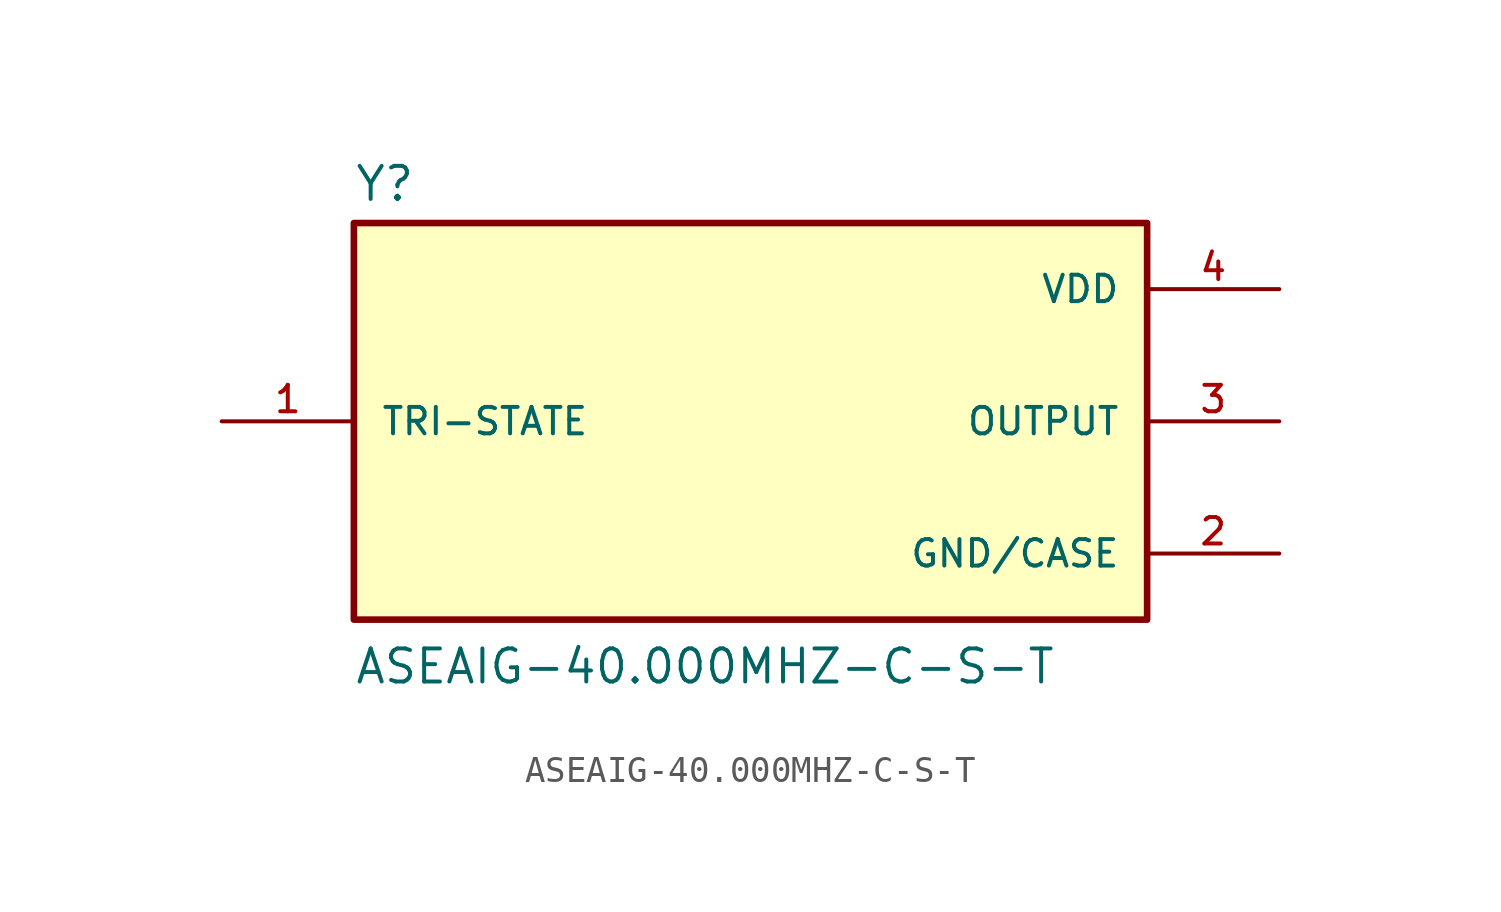
<source format=kicad_sym>
(kicad_symbol_lib
  (version 20211014)
  (generator kicad_symbol_editor)
  (symbol "ASEAIG-40.000MHZ-C-S-T"
    (pin_names
      (offset 1.016))
    (property "Reference" "Y"
      (at -15.24 8.382 0)
      (effects (font (size 1.27 1.27)) (justify bottom left)))
    (property "Value" "ASEAIG-40.000MHZ-C-S-T"
      (at -15.24 -10.16 0)
      (effects (font (size 1.27 1.27)) (justify bottom left)))
    (symbol "ASEAIG-40.000MHZ-C-S-T_0_0"
      (rectangle (start -15.24 -7.62) (end 15.24 7.62) (stroke (width 0.254)) (fill (type background)))
      (pin power_in line (at 20.32 5.08 180.0) (length 5.08) (name "VDD" (effects (font (size 1.016 1.016)))) (number "4" (effects (font (size 1.016 1.016)))))
      (pin passive line (at -20.32 0.0 0) (length 5.08) (name "TRI-STATE" (effects (font (size 1.016 1.016)))) (number "1" (effects (font (size 1.016 1.016)))))
      (pin power_in line (at 20.32 -5.08 180.0) (length 5.08) (name "GND/CASE" (effects (font (size 1.016 1.016)))) (number "2" (effects (font (size 1.016 1.016)))))
      (pin output line (at 20.32 0.0 180.0) (length 5.08) (name "OUTPUT" (effects (font (size 1.016 1.016)))) (number "3" (effects (font (size 1.016 1.016))))))))
</source>
